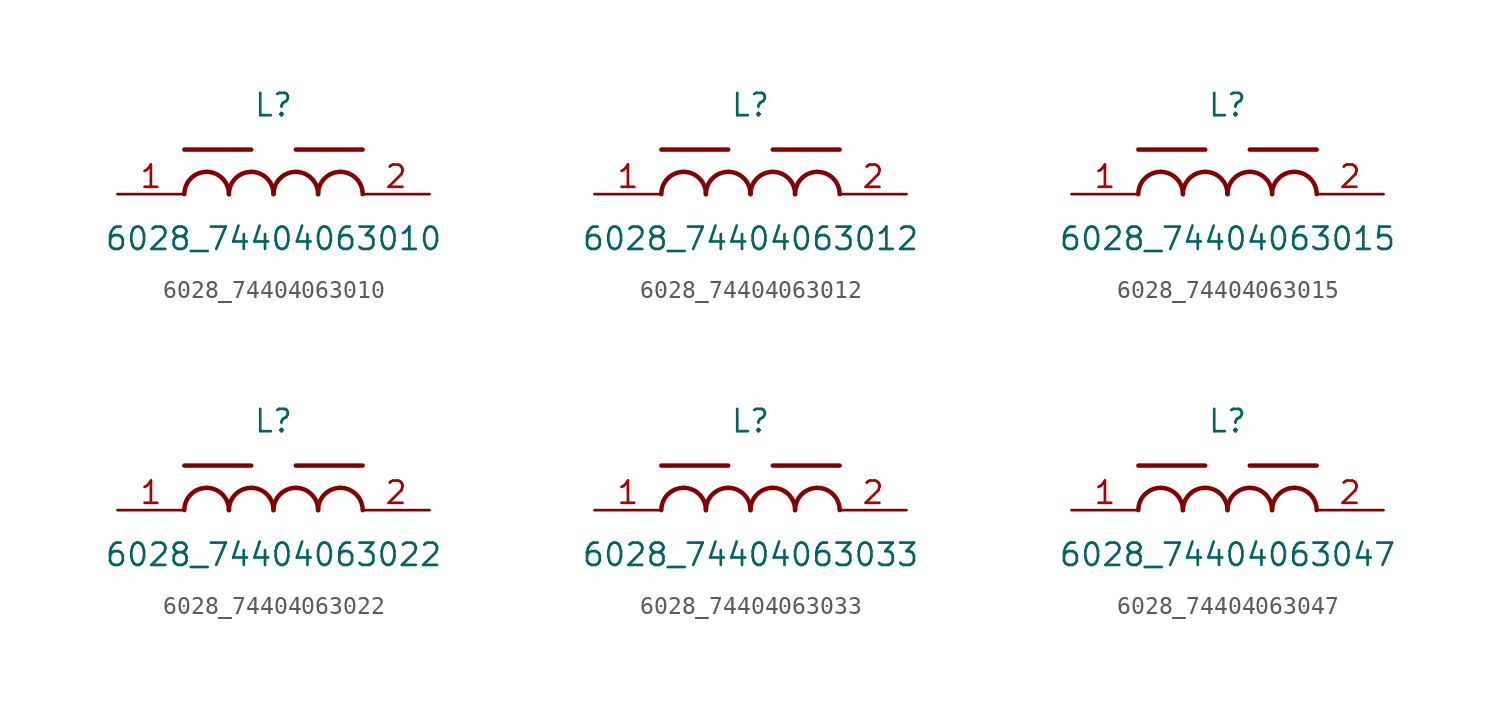
<source format=kicad_sym>
(kicad_symbol_lib
  (version 20211014)
  (generator kicad_symbol_editor)
  (symbol "Inductor_Wurth_WE-LQS:6028_74404063010"
    (pin_names hide)
    (property "Reference" "L"
      (at 0 5.08 0)
      (effects (font (size 1.27 1.27))))
    (property "Value" "6028_74404063010"
      (at 0 -2.54 0)
      (effects (font (size 1.27 1.27))))
    (symbol "6028_74404063010_0_1"
      (arc (start -3.81 1.27) (mid -4.708 0.898) (end -5.08 0) (stroke (width 0.254) (type default) (color 0 0 0 0)) (fill (type none)))
      (arc (start -2.54 0) (mid -2.912 0.898) (end -3.81 1.27) (stroke (width 0.254) (type default) (color 0 0 0 0)) (fill (type none)))
      (arc (start -1.2699 1.2701) (mid -2.1679 0.8981) (end -2.5399 0.0001) (stroke (width 0.254) (type default) (color 0 0 0 0)) (fill (type none)))
      (polyline (pts (xy -5.08 2.54) (xy -1.27 2.54)) (stroke (width 0.254) (type default) (color 0 0 0 0)) (fill (type none)))
      (polyline (pts (xy 5.08 2.54) (xy 1.27 2.54)) (stroke (width 0.254) (type default) (color 0 0 0 0)) (fill (type none)))
      (arc (start 0.0001 0.0001) (mid -0.3719 0.8981) (end -1.2699 1.2701) (stroke (width 0.254) (type default) (color 0 0 0 0)) (fill (type none)))
      (arc (start 1.2701 1.2701) (mid 0.3721 0.8981) (end 0.0001 0.0001) (stroke (width 0.254) (type default) (color 0 0 0 0)) (fill (type none)))
      (arc (start 2.5401 0.0001) (mid 2.1681 0.8981) (end 1.2701 1.2701) (stroke (width 0.254) (type default) (color 0 0 0 0)) (fill (type none)))
      (arc (start 3.8101 1.2701) (mid 2.9121 0.8981) (end 2.5401 0.0001) (stroke (width 0.254) (type default) (color 0 0 0 0)) (fill (type none)))
      (arc (start 5.0801 0.0001) (mid 4.7081 0.8981) (end 3.8101 1.2701) (stroke (width 0.254) (type default) (color 0 0 0 0)) (fill (type none))))
    (symbol "6028_74404063010_1_1"
      (pin passive line (at -8.89 0 0) (length 3.81) (name "1" (effects (font (size 1.27 1.27)))) (number "1" (effects (font (size 1.27 1.27)))))
      (pin passive line (at 8.89 0 180) (length 3.81) (name "2" (effects (font (size 1.27 1.27)))) (number "2" (effects (font (size 1.27 1.27)))))))
  (symbol "Inductor_Wurth_WE-LQS:6028_74404063012"
    (pin_names hide)
    (property "Reference" "L"
      (at 0 5.08 0)
      (effects (font (size 1.27 1.27))))
    (property "Value" "6028_74404063012"
      (at 0 -2.54 0)
      (effects (font (size 1.27 1.27))))
    (symbol "6028_74404063012_0_1"
      (arc (start -3.81 1.27) (mid -4.708 0.898) (end -5.08 0) (stroke (width 0.254) (type default) (color 0 0 0 0)) (fill (type none)))
      (arc (start -2.54 0) (mid -2.912 0.898) (end -3.81 1.27) (stroke (width 0.254) (type default) (color 0 0 0 0)) (fill (type none)))
      (arc (start -1.2699 1.2701) (mid -2.1679 0.8981) (end -2.5399 0.0001) (stroke (width 0.254) (type default) (color 0 0 0 0)) (fill (type none)))
      (polyline (pts (xy -5.08 2.54) (xy -1.27 2.54)) (stroke (width 0.254) (type default) (color 0 0 0 0)) (fill (type none)))
      (polyline (pts (xy 5.08 2.54) (xy 1.27 2.54)) (stroke (width 0.254) (type default) (color 0 0 0 0)) (fill (type none)))
      (arc (start 0.0001 0.0001) (mid -0.3719 0.8981) (end -1.2699 1.2701) (stroke (width 0.254) (type default) (color 0 0 0 0)) (fill (type none)))
      (arc (start 1.2701 1.2701) (mid 0.3721 0.8981) (end 0.0001 0.0001) (stroke (width 0.254) (type default) (color 0 0 0 0)) (fill (type none)))
      (arc (start 2.5401 0.0001) (mid 2.1681 0.8981) (end 1.2701 1.2701) (stroke (width 0.254) (type default) (color 0 0 0 0)) (fill (type none)))
      (arc (start 3.8101 1.2701) (mid 2.9121 0.8981) (end 2.5401 0.0001) (stroke (width 0.254) (type default) (color 0 0 0 0)) (fill (type none)))
      (arc (start 5.0801 0.0001) (mid 4.7081 0.8981) (end 3.8101 1.2701) (stroke (width 0.254) (type default) (color 0 0 0 0)) (fill (type none))))
    (symbol "6028_74404063012_1_1"
      (pin passive line (at -8.89 0 0) (length 3.81) (name "1" (effects (font (size 1.27 1.27)))) (number "1" (effects (font (size 1.27 1.27)))))
      (pin passive line (at 8.89 0 180) (length 3.81) (name "2" (effects (font (size 1.27 1.27)))) (number "2" (effects (font (size 1.27 1.27)))))))
  (symbol "Inductor_Wurth_WE-LQS:6028_74404063015"
    (pin_names hide)
    (property "Reference" "L"
      (at 0 5.08 0)
      (effects (font (size 1.27 1.27))))
    (property "Value" "6028_74404063015"
      (at 0 -2.54 0)
      (effects (font (size 1.27 1.27))))
    (symbol "6028_74404063015_0_1"
      (arc (start -3.81 1.27) (mid -4.708 0.898) (end -5.08 0) (stroke (width 0.254) (type default) (color 0 0 0 0)) (fill (type none)))
      (arc (start -2.54 0) (mid -2.912 0.898) (end -3.81 1.27) (stroke (width 0.254) (type default) (color 0 0 0 0)) (fill (type none)))
      (arc (start -1.2699 1.2701) (mid -2.1679 0.8981) (end -2.5399 0.0001) (stroke (width 0.254) (type default) (color 0 0 0 0)) (fill (type none)))
      (polyline (pts (xy -5.08 2.54) (xy -1.27 2.54)) (stroke (width 0.254) (type default) (color 0 0 0 0)) (fill (type none)))
      (polyline (pts (xy 5.08 2.54) (xy 1.27 2.54)) (stroke (width 0.254) (type default) (color 0 0 0 0)) (fill (type none)))
      (arc (start 0.0001 0.0001) (mid -0.3719 0.8981) (end -1.2699 1.2701) (stroke (width 0.254) (type default) (color 0 0 0 0)) (fill (type none)))
      (arc (start 1.2701 1.2701) (mid 0.3721 0.8981) (end 0.0001 0.0001) (stroke (width 0.254) (type default) (color 0 0 0 0)) (fill (type none)))
      (arc (start 2.5401 0.0001) (mid 2.1681 0.8981) (end 1.2701 1.2701) (stroke (width 0.254) (type default) (color 0 0 0 0)) (fill (type none)))
      (arc (start 3.8101 1.2701) (mid 2.9121 0.8981) (end 2.5401 0.0001) (stroke (width 0.254) (type default) (color 0 0 0 0)) (fill (type none)))
      (arc (start 5.0801 0.0001) (mid 4.7081 0.8981) (end 3.8101 1.2701) (stroke (width 0.254) (type default) (color 0 0 0 0)) (fill (type none))))
    (symbol "6028_74404063015_1_1"
      (pin passive line (at -8.89 0 0) (length 3.81) (name "1" (effects (font (size 1.27 1.27)))) (number "1" (effects (font (size 1.27 1.27)))))
      (pin passive line (at 8.89 0 180) (length 3.81) (name "2" (effects (font (size 1.27 1.27)))) (number "2" (effects (font (size 1.27 1.27)))))))
  (symbol "Inductor_Wurth_WE-LQS:6028_74404063022"
    (pin_names hide)
    (property "Reference" "L"
      (at 0 5.08 0)
      (effects (font (size 1.27 1.27))))
    (property "Value" "6028_74404063022"
      (at 0 -2.54 0)
      (effects (font (size 1.27 1.27))))
    (symbol "6028_74404063022_0_1"
      (arc (start -3.81 1.27) (mid -4.708 0.898) (end -5.08 0) (stroke (width 0.254) (type default) (color 0 0 0 0)) (fill (type none)))
      (arc (start -2.54 0) (mid -2.912 0.898) (end -3.81 1.27) (stroke (width 0.254) (type default) (color 0 0 0 0)) (fill (type none)))
      (arc (start -1.2699 1.2701) (mid -2.1679 0.8981) (end -2.5399 0.0001) (stroke (width 0.254) (type default) (color 0 0 0 0)) (fill (type none)))
      (polyline (pts (xy -5.08 2.54) (xy -1.27 2.54)) (stroke (width 0.254) (type default) (color 0 0 0 0)) (fill (type none)))
      (polyline (pts (xy 5.08 2.54) (xy 1.27 2.54)) (stroke (width 0.254) (type default) (color 0 0 0 0)) (fill (type none)))
      (arc (start 0.0001 0.0001) (mid -0.3719 0.8981) (end -1.2699 1.2701) (stroke (width 0.254) (type default) (color 0 0 0 0)) (fill (type none)))
      (arc (start 1.2701 1.2701) (mid 0.3721 0.8981) (end 0.0001 0.0001) (stroke (width 0.254) (type default) (color 0 0 0 0)) (fill (type none)))
      (arc (start 2.5401 0.0001) (mid 2.1681 0.8981) (end 1.2701 1.2701) (stroke (width 0.254) (type default) (color 0 0 0 0)) (fill (type none)))
      (arc (start 3.8101 1.2701) (mid 2.9121 0.8981) (end 2.5401 0.0001) (stroke (width 0.254) (type default) (color 0 0 0 0)) (fill (type none)))
      (arc (start 5.0801 0.0001) (mid 4.7081 0.8981) (end 3.8101 1.2701) (stroke (width 0.254) (type default) (color 0 0 0 0)) (fill (type none))))
    (symbol "6028_74404063022_1_1"
      (pin passive line (at -8.89 0 0) (length 3.81) (name "1" (effects (font (size 1.27 1.27)))) (number "1" (effects (font (size 1.27 1.27)))))
      (pin passive line (at 8.89 0 180) (length 3.81) (name "2" (effects (font (size 1.27 1.27)))) (number "2" (effects (font (size 1.27 1.27)))))))
  (symbol "Inductor_Wurth_WE-LQS:6028_74404063033"
    (pin_names hide)
    (property "Reference" "L"
      (at 0 5.08 0)
      (effects (font (size 1.27 1.27))))
    (property "Value" "6028_74404063033"
      (at 0 -2.54 0)
      (effects (font (size 1.27 1.27))))
    (symbol "6028_74404063033_0_1"
      (arc (start -3.81 1.27) (mid -4.708 0.898) (end -5.08 0) (stroke (width 0.254) (type default) (color 0 0 0 0)) (fill (type none)))
      (arc (start -2.54 0) (mid -2.912 0.898) (end -3.81 1.27) (stroke (width 0.254) (type default) (color 0 0 0 0)) (fill (type none)))
      (arc (start -1.2699 1.2701) (mid -2.1679 0.8981) (end -2.5399 0.0001) (stroke (width 0.254) (type default) (color 0 0 0 0)) (fill (type none)))
      (polyline (pts (xy -5.08 2.54) (xy -1.27 2.54)) (stroke (width 0.254) (type default) (color 0 0 0 0)) (fill (type none)))
      (polyline (pts (xy 5.08 2.54) (xy 1.27 2.54)) (stroke (width 0.254) (type default) (color 0 0 0 0)) (fill (type none)))
      (arc (start 0.0001 0.0001) (mid -0.3719 0.8981) (end -1.2699 1.2701) (stroke (width 0.254) (type default) (color 0 0 0 0)) (fill (type none)))
      (arc (start 1.2701 1.2701) (mid 0.3721 0.8981) (end 0.0001 0.0001) (stroke (width 0.254) (type default) (color 0 0 0 0)) (fill (type none)))
      (arc (start 2.5401 0.0001) (mid 2.1681 0.8981) (end 1.2701 1.2701) (stroke (width 0.254) (type default) (color 0 0 0 0)) (fill (type none)))
      (arc (start 3.8101 1.2701) (mid 2.9121 0.8981) (end 2.5401 0.0001) (stroke (width 0.254) (type default) (color 0 0 0 0)) (fill (type none)))
      (arc (start 5.0801 0.0001) (mid 4.7081 0.8981) (end 3.8101 1.2701) (stroke (width 0.254) (type default) (color 0 0 0 0)) (fill (type none))))
    (symbol "6028_74404063033_1_1"
      (pin passive line (at -8.89 0 0) (length 3.81) (name "1" (effects (font (size 1.27 1.27)))) (number "1" (effects (font (size 1.27 1.27)))))
      (pin passive line (at 8.89 0 180) (length 3.81) (name "2" (effects (font (size 1.27 1.27)))) (number "2" (effects (font (size 1.27 1.27)))))))
  (symbol "Inductor_Wurth_WE-LQS:6028_74404063047"
    (pin_names hide)
    (property "Reference" "L"
      (at 0 5.08 0)
      (effects (font (size 1.27 1.27))))
    (property "Value" "6028_74404063047"
      (at 0 -2.54 0)
      (effects (font (size 1.27 1.27))))
    (symbol "6028_74404063047_0_1"
      (arc (start -3.81 1.27) (mid -4.708 0.898) (end -5.08 0) (stroke (width 0.254) (type default) (color 0 0 0 0)) (fill (type none)))
      (arc (start -2.54 0) (mid -2.912 0.898) (end -3.81 1.27) (stroke (width 0.254) (type default) (color 0 0 0 0)) (fill (type none)))
      (arc (start -1.2699 1.2701) (mid -2.1679 0.8981) (end -2.5399 0.0001) (stroke (width 0.254) (type default) (color 0 0 0 0)) (fill (type none)))
      (polyline (pts (xy -5.08 2.54) (xy -1.27 2.54)) (stroke (width 0.254) (type default) (color 0 0 0 0)) (fill (type none)))
      (polyline (pts (xy 5.08 2.54) (xy 1.27 2.54)) (stroke (width 0.254) (type default) (color 0 0 0 0)) (fill (type none)))
      (arc (start 0.0001 0.0001) (mid -0.3719 0.8981) (end -1.2699 1.2701) (stroke (width 0.254) (type default) (color 0 0 0 0)) (fill (type none)))
      (arc (start 1.2701 1.2701) (mid 0.3721 0.8981) (end 0.0001 0.0001) (stroke (width 0.254) (type default) (color 0 0 0 0)) (fill (type none)))
      (arc (start 2.5401 0.0001) (mid 2.1681 0.8981) (end 1.2701 1.2701) (stroke (width 0.254) (type default) (color 0 0 0 0)) (fill (type none)))
      (arc (start 3.8101 1.2701) (mid 2.9121 0.8981) (end 2.5401 0.0001) (stroke (width 0.254) (type default) (color 0 0 0 0)) (fill (type none)))
      (arc (start 5.0801 0.0001) (mid 4.7081 0.8981) (end 3.8101 1.2701) (stroke (width 0.254) (type default) (color 0 0 0 0)) (fill (type none))))
    (symbol "6028_74404063047_1_1"
      (pin passive line (at -8.89 0 0) (length 3.81) (name "1" (effects (font (size 1.27 1.27)))) (number "1" (effects (font (size 1.27 1.27)))))
      (pin passive line (at 8.89 0 180) (length 3.81) (name "2" (effects (font (size 1.27 1.27)))) (number "2" (effects (font (size 1.27 1.27))))))))
</source>
